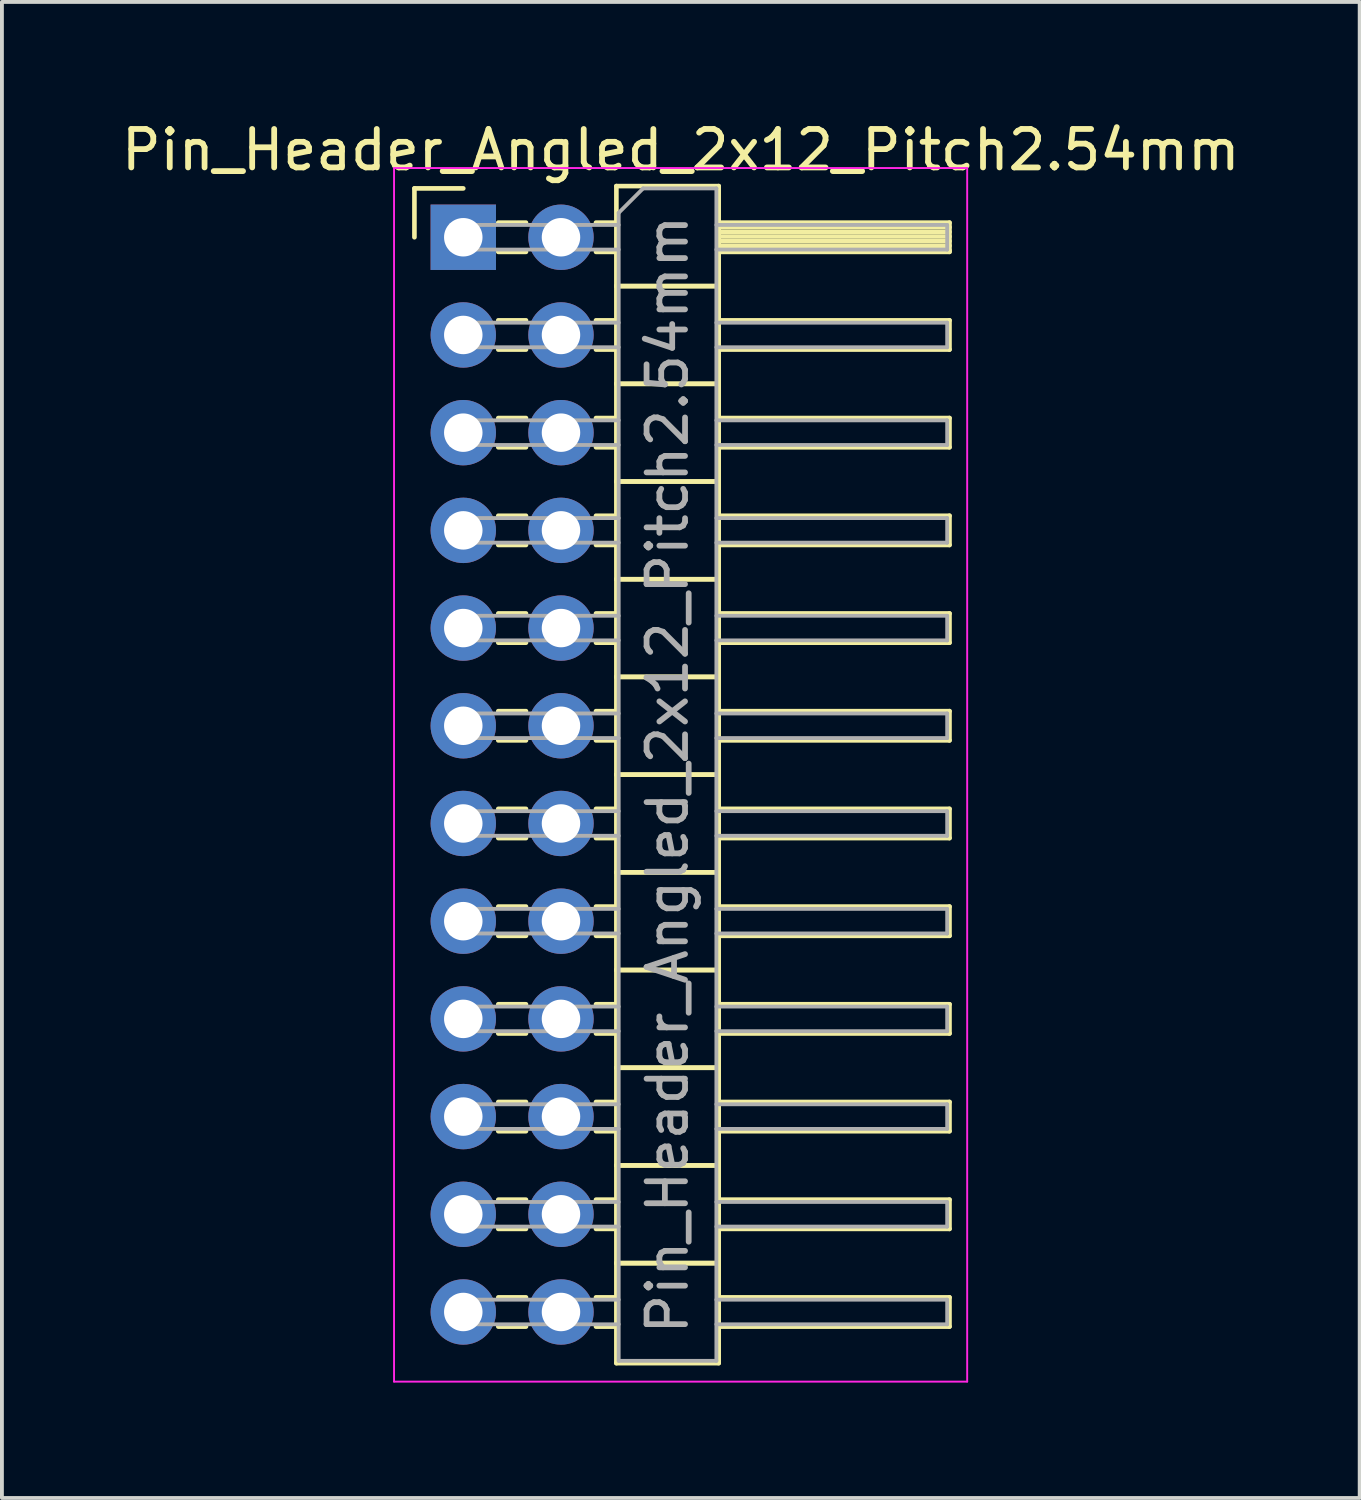
<source format=kicad_pcb>
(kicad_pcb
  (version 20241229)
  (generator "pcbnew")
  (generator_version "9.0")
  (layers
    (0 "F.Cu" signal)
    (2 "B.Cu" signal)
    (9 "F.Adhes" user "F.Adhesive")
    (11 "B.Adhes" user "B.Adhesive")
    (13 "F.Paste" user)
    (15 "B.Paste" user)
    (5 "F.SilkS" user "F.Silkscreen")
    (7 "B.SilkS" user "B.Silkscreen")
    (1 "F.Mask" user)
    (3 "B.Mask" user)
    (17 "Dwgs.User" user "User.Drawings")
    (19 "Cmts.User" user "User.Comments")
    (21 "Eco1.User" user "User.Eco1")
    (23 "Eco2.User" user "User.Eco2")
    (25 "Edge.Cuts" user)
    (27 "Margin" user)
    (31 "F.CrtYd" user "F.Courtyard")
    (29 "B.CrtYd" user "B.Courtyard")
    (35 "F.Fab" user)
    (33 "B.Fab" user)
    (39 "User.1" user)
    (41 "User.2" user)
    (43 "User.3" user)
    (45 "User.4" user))
  (footprint "Pin_Header_Angled_2x12_Pitch2.54mm"
    (layer "F.Cu")
    (at 8.994 3.118)
    (property "Reference" "Pin_Header_Angled_2x12_Pitch2.54mm" (at 5.655 -2.27 0) (layer "F.SilkS") (effects (font (size 1 1) (thickness 0.15))))
    (attr through_hole)
    (fp_line (start -1.27 -1.27) (end 0 -1.27) (stroke (width 0.12) (type solid)) (layer "F.SilkS"))
    (fp_line (start -1.27 0) (end -1.27 -1.27) (stroke (width 0.12) (type solid)) (layer "F.SilkS"))
    (fp_line (start 0.91 -0.38) (end 1.63 -0.38) (stroke (width 0.12) (type solid)) (layer "F.SilkS"))
    (fp_line (start 0.91 0.38) (end 1.63 0.38) (stroke (width 0.12) (type solid)) (layer "F.SilkS"))
    (fp_line (start 0.91 2.16) (end 1.63 2.16) (stroke (width 0.12) (type solid)) (layer "F.SilkS"))
    (fp_line (start 0.91 2.92) (end 1.63 2.92) (stroke (width 0.12) (type solid)) (layer "F.SilkS"))
    (fp_line (start 0.91 4.7) (end 1.63 4.7) (stroke (width 0.12) (type solid)) (layer "F.SilkS"))
    (fp_line (start 0.91 5.46) (end 1.63 5.46) (stroke (width 0.12) (type solid)) (layer "F.SilkS"))
    (fp_line (start 0.91 7.24) (end 1.63 7.24) (stroke (width 0.12) (type solid)) (layer "F.SilkS"))
    (fp_line (start 0.91 8) (end 1.63 8) (stroke (width 0.12) (type solid)) (layer "F.SilkS"))
    (fp_line (start 0.91 9.78) (end 1.63 9.78) (stroke (width 0.12) (type solid)) (layer "F.SilkS"))
    (fp_line (start 0.91 10.54) (end 1.63 10.54) (stroke (width 0.12) (type solid)) (layer "F.SilkS"))
    (fp_line (start 0.91 12.32) (end 1.63 12.32) (stroke (width 0.12) (type solid)) (layer "F.SilkS"))
    (fp_line (start 0.91 13.08) (end 1.63 13.08) (stroke (width 0.12) (type solid)) (layer "F.SilkS"))
    (fp_line (start 0.91 14.86) (end 1.63 14.86) (stroke (width 0.12) (type solid)) (layer "F.SilkS"))
    (fp_line (start 0.91 15.62) (end 1.63 15.62) (stroke (width 0.12) (type solid)) (layer "F.SilkS"))
    (fp_line (start 0.91 17.4) (end 1.63 17.4) (stroke (width 0.12) (type solid)) (layer "F.SilkS"))
    (fp_line (start 0.91 18.16) (end 1.63 18.16) (stroke (width 0.12) (type solid)) (layer "F.SilkS"))
    (fp_line (start 0.91 19.94) (end 1.63 19.94) (stroke (width 0.12) (type solid)) (layer "F.SilkS"))
    (fp_line (start 0.91 20.7) (end 1.63 20.7) (stroke (width 0.12) (type solid)) (layer "F.SilkS"))
    (fp_line (start 0.91 22.48) (end 1.63 22.48) (stroke (width 0.12) (type solid)) (layer "F.SilkS"))
    (fp_line (start 0.91 23.24) (end 1.63 23.24) (stroke (width 0.12) (type solid)) (layer "F.SilkS"))
    (fp_line (start 0.91 25.02) (end 1.63 25.02) (stroke (width 0.12) (type solid)) (layer "F.SilkS"))
    (fp_line (start 0.91 25.78) (end 1.63 25.78) (stroke (width 0.12) (type solid)) (layer "F.SilkS"))
    (fp_line (start 0.91 27.56) (end 1.63 27.56) (stroke (width 0.12) (type solid)) (layer "F.SilkS"))
    (fp_line (start 0.91 28.32) (end 1.63 28.32) (stroke (width 0.12) (type solid)) (layer "F.SilkS"))
    (fp_line (start 3.45 -0.38) (end 3.98 -0.38) (stroke (width 0.12) (type solid)) (layer "F.SilkS"))
    (fp_line (start 3.45 0.38) (end 3.98 0.38) (stroke (width 0.12) (type solid)) (layer "F.SilkS"))
    (fp_line (start 3.45 2.16) (end 3.98 2.16) (stroke (width 0.12) (type solid)) (layer "F.SilkS"))
    (fp_line (start 3.45 2.92) (end 3.98 2.92) (stroke (width 0.12) (type solid)) (layer "F.SilkS"))
    (fp_line (start 3.45 4.7) (end 3.98 4.7) (stroke (width 0.12) (type solid)) (layer "F.SilkS"))
    (fp_line (start 3.45 5.46) (end 3.98 5.46) (stroke (width 0.12) (type solid)) (layer "F.SilkS"))
    (fp_line (start 3.45 7.24) (end 3.98 7.24) (stroke (width 0.12) (type solid)) (layer "F.SilkS"))
    (fp_line (start 3.45 8) (end 3.98 8) (stroke (width 0.12) (type solid)) (layer "F.SilkS"))
    (fp_line (start 3.45 9.78) (end 3.98 9.78) (stroke (width 0.12) (type solid)) (layer "F.SilkS"))
    (fp_line (start 3.45 10.54) (end 3.98 10.54) (stroke (width 0.12) (type solid)) (layer "F.SilkS"))
    (fp_line (start 3.45 12.32) (end 3.98 12.32) (stroke (width 0.12) (type solid)) (layer "F.SilkS"))
    (fp_line (start 3.45 13.08) (end 3.98 13.08) (stroke (width 0.12) (type solid)) (layer "F.SilkS"))
    (fp_line (start 3.45 14.86) (end 3.98 14.86) (stroke (width 0.12) (type solid)) (layer "F.SilkS"))
    (fp_line (start 3.45 15.62) (end 3.98 15.62) (stroke (width 0.12) (type solid)) (layer "F.SilkS"))
    (fp_line (start 3.45 17.4) (end 3.98 17.4) (stroke (width 0.12) (type solid)) (layer "F.SilkS"))
    (fp_line (start 3.45 18.16) (end 3.98 18.16) (stroke (width 0.12) (type solid)) (layer "F.SilkS"))
    (fp_line (start 3.45 19.94) (end 3.98 19.94) (stroke (width 0.12) (type solid)) (layer "F.SilkS"))
    (fp_line (start 3.45 20.7) (end 3.98 20.7) (stroke (width 0.12) (type solid)) (layer "F.SilkS"))
    (fp_line (start 3.45 22.48) (end 3.98 22.48) (stroke (width 0.12) (type solid)) (layer "F.SilkS"))
    (fp_line (start 3.45 23.24) (end 3.98 23.24) (stroke (width 0.12) (type solid)) (layer "F.SilkS"))
    (fp_line (start 3.45 25.02) (end 3.98 25.02) (stroke (width 0.12) (type solid)) (layer "F.SilkS"))
    (fp_line (start 3.45 25.78) (end 3.98 25.78) (stroke (width 0.12) (type solid)) (layer "F.SilkS"))
    (fp_line (start 3.45 27.56) (end 3.98 27.56) (stroke (width 0.12) (type solid)) (layer "F.SilkS"))
    (fp_line (start 3.45 28.32) (end 3.98 28.32) (stroke (width 0.12) (type solid)) (layer "F.SilkS"))
    (fp_line (start 3.98 -1.33) (end 3.98 1.27) (stroke (width 0.12) (type solid)) (layer "F.SilkS"))
    (fp_line (start 3.98 1.27) (end 3.98 3.81) (stroke (width 0.12) (type solid)) (layer "F.SilkS"))
    (fp_line (start 3.98 1.27) (end 6.64 1.27) (stroke (width 0.12) (type solid)) (layer "F.SilkS"))
    (fp_line (start 3.98 3.81) (end 3.98 6.35) (stroke (width 0.12) (type solid)) (layer "F.SilkS"))
    (fp_line (start 3.98 3.81) (end 6.64 3.81) (stroke (width 0.12) (type solid)) (layer "F.SilkS"))
    (fp_line (start 3.98 6.35) (end 3.98 8.89) (stroke (width 0.12) (type solid)) (layer "F.SilkS"))
    (fp_line (start 3.98 6.35) (end 6.64 6.35) (stroke (width 0.12) (type solid)) (layer "F.SilkS"))
    (fp_line (start 3.98 8.89) (end 3.98 11.43) (stroke (width 0.12) (type solid)) (layer "F.SilkS"))
    (fp_line (start 3.98 8.89) (end 6.64 8.89) (stroke (width 0.12) (type solid)) (layer "F.SilkS"))
    (fp_line (start 3.98 11.43) (end 3.98 13.97) (stroke (width 0.12) (type solid)) (layer "F.SilkS"))
    (fp_line (start 3.98 11.43) (end 6.64 11.43) (stroke (width 0.12) (type solid)) (layer "F.SilkS"))
    (fp_line (start 3.98 13.97) (end 3.98 16.51) (stroke (width 0.12) (type solid)) (layer "F.SilkS"))
    (fp_line (start 3.98 13.97) (end 6.64 13.97) (stroke (width 0.12) (type solid)) (layer "F.SilkS"))
    (fp_line (start 3.98 16.51) (end 3.98 19.05) (stroke (width 0.12) (type solid)) (layer "F.SilkS"))
    (fp_line (start 3.98 16.51) (end 6.64 16.51) (stroke (width 0.12) (type solid)) (layer "F.SilkS"))
    (fp_line (start 3.98 19.05) (end 3.98 21.59) (stroke (width 0.12) (type solid)) (layer "F.SilkS"))
    (fp_line (start 3.98 19.05) (end 6.64 19.05) (stroke (width 0.12) (type solid)) (layer "F.SilkS"))
    (fp_line (start 3.98 21.59) (end 3.98 24.13) (stroke (width 0.12) (type solid)) (layer "F.SilkS"))
    (fp_line (start 3.98 21.59) (end 6.64 21.59) (stroke (width 0.12) (type solid)) (layer "F.SilkS"))
    (fp_line (start 3.98 24.13) (end 3.98 26.67) (stroke (width 0.12) (type solid)) (layer "F.SilkS"))
    (fp_line (start 3.98 24.13) (end 6.64 24.13) (stroke (width 0.12) (type solid)) (layer "F.SilkS"))
    (fp_line (start 3.98 26.67) (end 3.98 29.27) (stroke (width 0.12) (type solid)) (layer "F.SilkS"))
    (fp_line (start 3.98 26.67) (end 6.64 26.67) (stroke (width 0.12) (type solid)) (layer "F.SilkS"))
    (fp_line (start 3.98 29.27) (end 6.64 29.27) (stroke (width 0.12) (type solid)) (layer "F.SilkS"))
    (fp_line (start 6.64 -1.33) (end 3.98 -1.33) (stroke (width 0.12) (type solid)) (layer "F.SilkS"))
    (fp_line (start 6.64 -0.38) (end 6.64 0.38) (stroke (width 0.12) (type solid)) (layer "F.SilkS"))
    (fp_line (start 6.64 -0.26) (end 12.64 -0.26) (stroke (width 0.12) (type solid)) (layer "F.SilkS"))
    (fp_line (start 6.64 -0.14) (end 12.64 -0.14) (stroke (width 0.12) (type solid)) (layer "F.SilkS"))
    (fp_line (start 6.64 -0.02) (end 12.64 -0.02) (stroke (width 0.12) (type solid)) (layer "F.SilkS"))
    (fp_line (start 6.64 0.1) (end 12.64 0.1) (stroke (width 0.12) (type solid)) (layer "F.SilkS"))
    (fp_line (start 6.64 0.22) (end 12.64 0.22) (stroke (width 0.12) (type solid)) (layer "F.SilkS"))
    (fp_line (start 6.64 0.34) (end 12.64 0.34) (stroke (width 0.12) (type solid)) (layer "F.SilkS"))
    (fp_line (start 6.64 0.38) (end 12.64 0.38) (stroke (width 0.12) (type solid)) (layer "F.SilkS"))
    (fp_line (start 6.64 1.27) (end 3.98 1.27) (stroke (width 0.12) (type solid)) (layer "F.SilkS"))
    (fp_line (start 6.64 1.27) (end 6.64 -1.33) (stroke (width 0.12) (type solid)) (layer "F.SilkS"))
    (fp_line (start 6.64 2.16) (end 6.64 2.92) (stroke (width 0.12) (type solid)) (layer "F.SilkS"))
    (fp_line (start 6.64 2.92) (end 12.64 2.92) (stroke (width 0.12) (type solid)) (layer "F.SilkS"))
    (fp_line (start 6.64 3.81) (end 3.98 3.81) (stroke (width 0.12) (type solid)) (layer "F.SilkS"))
    (fp_line (start 6.64 3.81) (end 6.64 1.27) (stroke (width 0.12) (type solid)) (layer "F.SilkS"))
    (fp_line (start 6.64 4.7) (end 6.64 5.46) (stroke (width 0.12) (type solid)) (layer "F.SilkS"))
    (fp_line (start 6.64 5.46) (end 12.64 5.46) (stroke (width 0.12) (type solid)) (layer "F.SilkS"))
    (fp_line (start 6.64 6.35) (end 3.98 6.35) (stroke (width 0.12) (type solid)) (layer "F.SilkS"))
    (fp_line (start 6.64 6.35) (end 6.64 3.81) (stroke (width 0.12) (type solid)) (layer "F.SilkS"))
    (fp_line (start 6.64 7.24) (end 6.64 8) (stroke (width 0.12) (type solid)) (layer "F.SilkS"))
    (fp_line (start 6.64 8) (end 12.64 8) (stroke (width 0.12) (type solid)) (layer "F.SilkS"))
    (fp_line (start 6.64 8.89) (end 3.98 8.89) (stroke (width 0.12) (type solid)) (layer "F.SilkS"))
    (fp_line (start 6.64 8.89) (end 6.64 6.35) (stroke (width 0.12) (type solid)) (layer "F.SilkS"))
    (fp_line (start 6.64 9.78) (end 6.64 10.54) (stroke (width 0.12) (type solid)) (layer "F.SilkS"))
    (fp_line (start 6.64 10.54) (end 12.64 10.54) (stroke (width 0.12) (type solid)) (layer "F.SilkS"))
    (fp_line (start 6.64 11.43) (end 3.98 11.43) (stroke (width 0.12) (type solid)) (layer "F.SilkS"))
    (fp_line (start 6.64 11.43) (end 6.64 8.89) (stroke (width 0.12) (type solid)) (layer "F.SilkS"))
    (fp_line (start 6.64 12.32) (end 6.64 13.08) (stroke (width 0.12) (type solid)) (layer "F.SilkS"))
    (fp_line (start 6.64 13.08) (end 12.64 13.08) (stroke (width 0.12) (type solid)) (layer "F.SilkS"))
    (fp_line (start 6.64 13.97) (end 3.98 13.97) (stroke (width 0.12) (type solid)) (layer "F.SilkS"))
    (fp_line (start 6.64 13.97) (end 6.64 11.43) (stroke (width 0.12) (type solid)) (layer "F.SilkS"))
    (fp_line (start 6.64 14.86) (end 6.64 15.62) (stroke (width 0.12) (type solid)) (layer "F.SilkS"))
    (fp_line (start 6.64 15.62) (end 12.64 15.62) (stroke (width 0.12) (type solid)) (layer "F.SilkS"))
    (fp_line (start 6.64 16.51) (end 3.98 16.51) (stroke (width 0.12) (type solid)) (layer "F.SilkS"))
    (fp_line (start 6.64 16.51) (end 6.64 13.97) (stroke (width 0.12) (type solid)) (layer "F.SilkS"))
    (fp_line (start 6.64 17.4) (end 6.64 18.16) (stroke (width 0.12) (type solid)) (layer "F.SilkS"))
    (fp_line (start 6.64 18.16) (end 12.64 18.16) (stroke (width 0.12) (type solid)) (layer "F.SilkS"))
    (fp_line (start 6.64 19.05) (end 3.98 19.05) (stroke (width 0.12) (type solid)) (layer "F.SilkS"))
    (fp_line (start 6.64 19.05) (end 6.64 16.51) (stroke (width 0.12) (type solid)) (layer "F.SilkS"))
    (fp_line (start 6.64 19.94) (end 6.64 20.7) (stroke (width 0.12) (type solid)) (layer "F.SilkS"))
    (fp_line (start 6.64 20.7) (end 12.64 20.7) (stroke (width 0.12) (type solid)) (layer "F.SilkS"))
    (fp_line (start 6.64 21.59) (end 3.98 21.59) (stroke (width 0.12) (type solid)) (layer "F.SilkS"))
    (fp_line (start 6.64 21.59) (end 6.64 19.05) (stroke (width 0.12) (type solid)) (layer "F.SilkS"))
    (fp_line (start 6.64 22.48) (end 6.64 23.24) (stroke (width 0.12) (type solid)) (layer "F.SilkS"))
    (fp_line (start 6.64 23.24) (end 12.64 23.24) (stroke (width 0.12) (type solid)) (layer "F.SilkS"))
    (fp_line (start 6.64 24.13) (end 3.98 24.13) (stroke (width 0.12) (type solid)) (layer "F.SilkS"))
    (fp_line (start 6.64 24.13) (end 6.64 21.59) (stroke (width 0.12) (type solid)) (layer "F.SilkS"))
    (fp_line (start 6.64 25.02) (end 6.64 25.78) (stroke (width 0.12) (type solid)) (layer "F.SilkS"))
    (fp_line (start 6.64 25.78) (end 12.64 25.78) (stroke (width 0.12) (type solid)) (layer "F.SilkS"))
    (fp_line (start 6.64 26.67) (end 3.98 26.67) (stroke (width 0.12) (type solid)) (layer "F.SilkS"))
    (fp_line (start 6.64 26.67) (end 6.64 24.13) (stroke (width 0.12) (type solid)) (layer "F.SilkS"))
    (fp_line (start 6.64 27.56) (end 6.64 28.32) (stroke (width 0.12) (type solid)) (layer "F.SilkS"))
    (fp_line (start 6.64 28.32) (end 12.64 28.32) (stroke (width 0.12) (type solid)) (layer "F.SilkS"))
    (fp_line (start 6.64 29.27) (end 6.64 26.67) (stroke (width 0.12) (type solid)) (layer "F.SilkS"))
    (fp_line (start 12.64 -0.38) (end 6.64 -0.38) (stroke (width 0.12) (type solid)) (layer "F.SilkS"))
    (fp_line (start 12.64 0.38) (end 12.64 -0.38) (stroke (width 0.12) (type solid)) (layer "F.SilkS"))
    (fp_line (start 12.64 2.16) (end 6.64 2.16) (stroke (width 0.12) (type solid)) (layer "F.SilkS"))
    (fp_line (start 12.64 2.92) (end 12.64 2.16) (stroke (width 0.12) (type solid)) (layer "F.SilkS"))
    (fp_line (start 12.64 4.7) (end 6.64 4.7) (stroke (width 0.12) (type solid)) (layer "F.SilkS"))
    (fp_line (start 12.64 5.46) (end 12.64 4.7) (stroke (width 0.12) (type solid)) (layer "F.SilkS"))
    (fp_line (start 12.64 7.24) (end 6.64 7.24) (stroke (width 0.12) (type solid)) (layer "F.SilkS"))
    (fp_line (start 12.64 8) (end 12.64 7.24) (stroke (width 0.12) (type solid)) (layer "F.SilkS"))
    (fp_line (start 12.64 9.78) (end 6.64 9.78) (stroke (width 0.12) (type solid)) (layer "F.SilkS"))
    (fp_line (start 12.64 10.54) (end 12.64 9.78) (stroke (width 0.12) (type solid)) (layer "F.SilkS"))
    (fp_line (start 12.64 12.32) (end 6.64 12.32) (stroke (width 0.12) (type solid)) (layer "F.SilkS"))
    (fp_line (start 12.64 13.08) (end 12.64 12.32) (stroke (width 0.12) (type solid)) (layer "F.SilkS"))
    (fp_line (start 12.64 14.86) (end 6.64 14.86) (stroke (width 0.12) (type solid)) (layer "F.SilkS"))
    (fp_line (start 12.64 15.62) (end 12.64 14.86) (stroke (width 0.12) (type solid)) (layer "F.SilkS"))
    (fp_line (start 12.64 17.4) (end 6.64 17.4) (stroke (width 0.12) (type solid)) (layer "F.SilkS"))
    (fp_line (start 12.64 18.16) (end 12.64 17.4) (stroke (width 0.12) (type solid)) (layer "F.SilkS"))
    (fp_line (start 12.64 19.94) (end 6.64 19.94) (stroke (width 0.12) (type solid)) (layer "F.SilkS"))
    (fp_line (start 12.64 20.7) (end 12.64 19.94) (stroke (width 0.12) (type solid)) (layer "F.SilkS"))
    (fp_line (start 12.64 22.48) (end 6.64 22.48) (stroke (width 0.12) (type solid)) (layer "F.SilkS"))
    (fp_line (start 12.64 23.24) (end 12.64 22.48) (stroke (width 0.12) (type solid)) (layer "F.SilkS"))
    (fp_line (start 12.64 25.02) (end 6.64 25.02) (stroke (width 0.12) (type solid)) (layer "F.SilkS"))
    (fp_line (start 12.64 25.78) (end 12.64 25.02) (stroke (width 0.12) (type solid)) (layer "F.SilkS"))
    (fp_line (start 12.64 27.56) (end 6.64 27.56) (stroke (width 0.12) (type solid)) (layer "F.SilkS"))
    (fp_line (start 12.64 28.32) (end 12.64 27.56) (stroke (width 0.12) (type solid)) (layer "F.SilkS"))
    (fp_line (start -1.8 -1.8) (end -1.8 29.75) (stroke (width 0.05) (type solid)) (layer "F.CrtYd"))
    (fp_line (start -1.8 29.75) (end 13.1 29.75) (stroke (width 0.05) (type solid)) (layer "F.CrtYd"))
    (fp_line (start 13.1 -1.8) (end -1.8 -1.8) (stroke (width 0.05) (type solid)) (layer "F.CrtYd"))
    (fp_line (start 13.1 29.75) (end 13.1 -1.8) (stroke (width 0.05) (type solid)) (layer "F.CrtYd"))
    (fp_line (start -0.32 -0.32) (end -0.32 0.32) (stroke (width 0.1) (type solid)) (layer "F.Fab"))
    (fp_line (start -0.32 -0.32) (end 4.04 -0.32) (stroke (width 0.1) (type solid)) (layer "F.Fab"))
    (fp_line (start -0.32 0.32) (end 4.04 0.32) (stroke (width 0.1) (type solid)) (layer "F.Fab"))
    (fp_line (start -0.32 2.22) (end -0.32 2.86) (stroke (width 0.1) (type solid)) (layer "F.Fab"))
    (fp_line (start -0.32 2.22) (end 4.04 2.22) (stroke (width 0.1) (type solid)) (layer "F.Fab"))
    (fp_line (start -0.32 2.86) (end 4.04 2.86) (stroke (width 0.1) (type solid)) (layer "F.Fab"))
    (fp_line (start -0.32 4.76) (end -0.32 5.4) (stroke (width 0.1) (type solid)) (layer "F.Fab"))
    (fp_line (start -0.32 4.76) (end 4.04 4.76) (stroke (width 0.1) (type solid)) (layer "F.Fab"))
    (fp_line (start -0.32 5.4) (end 4.04 5.4) (stroke (width 0.1) (type solid)) (layer "F.Fab"))
    (fp_line (start -0.32 7.3) (end -0.32 7.94) (stroke (width 0.1) (type solid)) (layer "F.Fab"))
    (fp_line (start -0.32 7.3) (end 4.04 7.3) (stroke (width 0.1) (type solid)) (layer "F.Fab"))
    (fp_line (start -0.32 7.94) (end 4.04 7.94) (stroke (width 0.1) (type solid)) (layer "F.Fab"))
    (fp_line (start -0.32 9.84) (end -0.32 10.48) (stroke (width 0.1) (type solid)) (layer "F.Fab"))
    (fp_line (start -0.32 9.84) (end 4.04 9.84) (stroke (width 0.1) (type solid)) (layer "F.Fab"))
    (fp_line (start -0.32 10.48) (end 4.04 10.48) (stroke (width 0.1) (type solid)) (layer "F.Fab"))
    (fp_line (start -0.32 12.38) (end -0.32 13.02) (stroke (width 0.1) (type solid)) (layer "F.Fab"))
    (fp_line (start -0.32 12.38) (end 4.04 12.38) (stroke (width 0.1) (type solid)) (layer "F.Fab"))
    (fp_line (start -0.32 13.02) (end 4.04 13.02) (stroke (width 0.1) (type solid)) (layer "F.Fab"))
    (fp_line (start -0.32 14.92) (end -0.32 15.56) (stroke (width 0.1) (type solid)) (layer "F.Fab"))
    (fp_line (start -0.32 14.92) (end 4.04 14.92) (stroke (width 0.1) (type solid)) (layer "F.Fab"))
    (fp_line (start -0.32 15.56) (end 4.04 15.56) (stroke (width 0.1) (type solid)) (layer "F.Fab"))
    (fp_line (start -0.32 17.46) (end -0.32 18.1) (stroke (width 0.1) (type solid)) (layer "F.Fab"))
    (fp_line (start -0.32 17.46) (end 4.04 17.46) (stroke (width 0.1) (type solid)) (layer "F.Fab"))
    (fp_line (start -0.32 18.1) (end 4.04 18.1) (stroke (width 0.1) (type solid)) (layer "F.Fab"))
    (fp_line (start -0.32 20) (end -0.32 20.64) (stroke (width 0.1) (type solid)) (layer "F.Fab"))
    (fp_line (start -0.32 20) (end 4.04 20) (stroke (width 0.1) (type solid)) (layer "F.Fab"))
    (fp_line (start -0.32 20.64) (end 4.04 20.64) (stroke (width 0.1) (type solid)) (layer "F.Fab"))
    (fp_line (start -0.32 22.54) (end -0.32 23.18) (stroke (width 0.1) (type solid)) (layer "F.Fab"))
    (fp_line (start -0.32 22.54) (end 4.04 22.54) (stroke (width 0.1) (type solid)) (layer "F.Fab"))
    (fp_line (start -0.32 23.18) (end 4.04 23.18) (stroke (width 0.1) (type solid)) (layer "F.Fab"))
    (fp_line (start -0.32 25.08) (end -0.32 25.72) (stroke (width 0.1) (type solid)) (layer "F.Fab"))
    (fp_line (start -0.32 25.08) (end 4.04 25.08) (stroke (width 0.1) (type solid)) (layer "F.Fab"))
    (fp_line (start -0.32 25.72) (end 4.04 25.72) (stroke (width 0.1) (type solid)) (layer "F.Fab"))
    (fp_line (start -0.32 27.62) (end -0.32 28.26) (stroke (width 0.1) (type solid)) (layer "F.Fab"))
    (fp_line (start -0.32 27.62) (end 4.04 27.62) (stroke (width 0.1) (type solid)) (layer "F.Fab"))
    (fp_line (start -0.32 28.26) (end 4.04 28.26) (stroke (width 0.1) (type solid)) (layer "F.Fab"))
    (fp_line (start 4.04 -0.635) (end 4.675 -1.27) (stroke (width 0.1) (type solid)) (layer "F.Fab"))
    (fp_line (start 4.04 29.21) (end 4.04 -0.635) (stroke (width 0.1) (type solid)) (layer "F.Fab"))
    (fp_line (start 4.675 -1.27) (end 6.58 -1.27) (stroke (width 0.1) (type solid)) (layer "F.Fab"))
    (fp_line (start 6.58 -1.27) (end 6.58 29.21) (stroke (width 0.1) (type solid)) (layer "F.Fab"))
    (fp_line (start 6.58 -0.32) (end 12.58 -0.32) (stroke (width 0.1) (type solid)) (layer "F.Fab"))
    (fp_line (start 6.58 0.32) (end 12.58 0.32) (stroke (width 0.1) (type solid)) (layer "F.Fab"))
    (fp_line (start 6.58 2.22) (end 12.58 2.22) (stroke (width 0.1) (type solid)) (layer "F.Fab"))
    (fp_line (start 6.58 2.86) (end 12.58 2.86) (stroke (width 0.1) (type solid)) (layer "F.Fab"))
    (fp_line (start 6.58 4.76) (end 12.58 4.76) (stroke (width 0.1) (type solid)) (layer "F.Fab"))
    (fp_line (start 6.58 5.4) (end 12.58 5.4) (stroke (width 0.1) (type solid)) (layer "F.Fab"))
    (fp_line (start 6.58 7.3) (end 12.58 7.3) (stroke (width 0.1) (type solid)) (layer "F.Fab"))
    (fp_line (start 6.58 7.94) (end 12.58 7.94) (stroke (width 0.1) (type solid)) (layer "F.Fab"))
    (fp_line (start 6.58 9.84) (end 12.58 9.84) (stroke (width 0.1) (type solid)) (layer "F.Fab"))
    (fp_line (start 6.58 10.48) (end 12.58 10.48) (stroke (width 0.1) (type solid)) (layer "F.Fab"))
    (fp_line (start 6.58 12.38) (end 12.58 12.38) (stroke (width 0.1) (type solid)) (layer "F.Fab"))
    (fp_line (start 6.58 13.02) (end 12.58 13.02) (stroke (width 0.1) (type solid)) (layer "F.Fab"))
    (fp_line (start 6.58 14.92) (end 12.58 14.92) (stroke (width 0.1) (type solid)) (layer "F.Fab"))
    (fp_line (start 6.58 15.56) (end 12.58 15.56) (stroke (width 0.1) (type solid)) (layer "F.Fab"))
    (fp_line (start 6.58 17.46) (end 12.58 17.46) (stroke (width 0.1) (type solid)) (layer "F.Fab"))
    (fp_line (start 6.58 18.1) (end 12.58 18.1) (stroke (width 0.1) (type solid)) (layer "F.Fab"))
    (fp_line (start 6.58 20) (end 12.58 20) (stroke (width 0.1) (type solid)) (layer "F.Fab"))
    (fp_line (start 6.58 20.64) (end 12.58 20.64) (stroke (width 0.1) (type solid)) (layer "F.Fab"))
    (fp_line (start 6.58 22.54) (end 12.58 22.54) (stroke (width 0.1) (type solid)) (layer "F.Fab"))
    (fp_line (start 6.58 23.18) (end 12.58 23.18) (stroke (width 0.1) (type solid)) (layer "F.Fab"))
    (fp_line (start 6.58 25.08) (end 12.58 25.08) (stroke (width 0.1) (type solid)) (layer "F.Fab"))
    (fp_line (start 6.58 25.72) (end 12.58 25.72) (stroke (width 0.1) (type solid)) (layer "F.Fab"))
    (fp_line (start 6.58 27.62) (end 12.58 27.62) (stroke (width 0.1) (type solid)) (layer "F.Fab"))
    (fp_line (start 6.58 28.26) (end 12.58 28.26) (stroke (width 0.1) (type solid)) (layer "F.Fab"))
    (fp_line (start 6.58 29.21) (end 4.04 29.21) (stroke (width 0.1) (type solid)) (layer "F.Fab"))
    (fp_line (start 12.58 -0.32) (end 12.58 0.32) (stroke (width 0.1) (type solid)) (layer "F.Fab"))
    (fp_line (start 12.58 2.22) (end 12.58 2.86) (stroke (width 0.1) (type solid)) (layer "F.Fab"))
    (fp_line (start 12.58 4.76) (end 12.58 5.4) (stroke (width 0.1) (type solid)) (layer "F.Fab"))
    (fp_line (start 12.58 7.3) (end 12.58 7.94) (stroke (width 0.1) (type solid)) (layer "F.Fab"))
    (fp_line (start 12.58 9.84) (end 12.58 10.48) (stroke (width 0.1) (type solid)) (layer "F.Fab"))
    (fp_line (start 12.58 12.38) (end 12.58 13.02) (stroke (width 0.1) (type solid)) (layer "F.Fab"))
    (fp_line (start 12.58 14.92) (end 12.58 15.56) (stroke (width 0.1) (type solid)) (layer "F.Fab"))
    (fp_line (start 12.58 17.46) (end 12.58 18.1) (stroke (width 0.1) (type solid)) (layer "F.Fab"))
    (fp_line (start 12.58 20) (end 12.58 20.64) (stroke (width 0.1) (type solid)) (layer "F.Fab"))
    (fp_line (start 12.58 22.54) (end 12.58 23.18) (stroke (width 0.1) (type solid)) (layer "F.Fab"))
    (fp_line (start 12.58 25.08) (end 12.58 25.72) (stroke (width 0.1) (type solid)) (layer "F.Fab"))
    (fp_line (start 12.58 27.62) (end 12.58 28.26) (stroke (width 0.1) (type solid)) (layer "F.Fab"))
    (fp_text user "${REFERENCE}" (at 5.31 13.97 90) (layer "F.Fab") (effects (font (size 1 1) (thickness 0.15))))
    (pad "1" thru_hole rect (at 0 0) (size 1.7 1.7) (drill 1) (layers "*.Cu" "*.Mask"))
    (pad "2" thru_hole oval (at 2.54 0) (size 1.7 1.7) (drill 1) (layers "*.Cu" "*.Mask"))
    (pad "3" thru_hole oval (at 0 2.54) (size 1.7 1.7) (drill 1) (layers "*.Cu" "*.Mask"))
    (pad "4" thru_hole oval (at 2.54 2.54) (size 1.7 1.7) (drill 1) (layers "*.Cu" "*.Mask"))
    (pad "5" thru_hole oval (at 0 5.08) (size 1.7 1.7) (drill 1) (layers "*.Cu" "*.Mask"))
    (pad "6" thru_hole oval (at 2.54 5.08) (size 1.7 1.7) (drill 1) (layers "*.Cu" "*.Mask"))
    (pad "7" thru_hole oval (at 0 7.62) (size 1.7 1.7) (drill 1) (layers "*.Cu" "*.Mask"))
    (pad "8" thru_hole oval (at 2.54 7.62) (size 1.7 1.7) (drill 1) (layers "*.Cu" "*.Mask"))
    (pad "9" thru_hole oval (at 0 10.16) (size 1.7 1.7) (drill 1) (layers "*.Cu" "*.Mask"))
    (pad "10" thru_hole oval (at 2.54 10.16) (size 1.7 1.7) (drill 1) (layers "*.Cu" "*.Mask"))
    (pad "11" thru_hole oval (at 0 12.7) (size 1.7 1.7) (drill 1) (layers "*.Cu" "*.Mask"))
    (pad "12" thru_hole oval (at 2.54 12.7) (size 1.7 1.7) (drill 1) (layers "*.Cu" "*.Mask"))
    (pad "13" thru_hole oval (at 0 15.24) (size 1.7 1.7) (drill 1) (layers "*.Cu" "*.Mask"))
    (pad "14" thru_hole oval (at 2.54 15.24) (size 1.7 1.7) (drill 1) (layers "*.Cu" "*.Mask"))
    (pad "15" thru_hole oval (at 0 17.78) (size 1.7 1.7) (drill 1) (layers "*.Cu" "*.Mask"))
    (pad "16" thru_hole oval (at 2.54 17.78) (size 1.7 1.7) (drill 1) (layers "*.Cu" "*.Mask"))
    (pad "17" thru_hole oval (at 0 20.32) (size 1.7 1.7) (drill 1) (layers "*.Cu" "*.Mask"))
    (pad "18" thru_hole oval (at 2.54 20.32) (size 1.7 1.7) (drill 1) (layers "*.Cu" "*.Mask"))
    (pad "19" thru_hole oval (at 0 22.86) (size 1.7 1.7) (drill 1) (layers "*.Cu" "*.Mask"))
    (pad "20" thru_hole oval (at 2.54 22.86) (size 1.7 1.7) (drill 1) (layers "*.Cu" "*.Mask"))
    (pad "21" thru_hole oval (at 0 25.4) (size 1.7 1.7) (drill 1) (layers "*.Cu" "*.Mask"))
    (pad "22" thru_hole oval (at 2.54 25.4) (size 1.7 1.7) (drill 1) (layers "*.Cu" "*.Mask"))
    (pad "23" thru_hole oval (at 0 27.94) (size 1.7 1.7) (drill 1) (layers "*.Cu" "*.Mask"))
    (pad "24" thru_hole oval (at 2.54 27.94) (size 1.7 1.7) (drill 1) (layers "*.Cu" "*.Mask")))
  (gr_rect
    (start -3 -3)
    (end 32.298 35.893)
    (stroke (width 0.1) (type default))
    (fill no)
    (layer "Edge.Cuts")))
</source>
